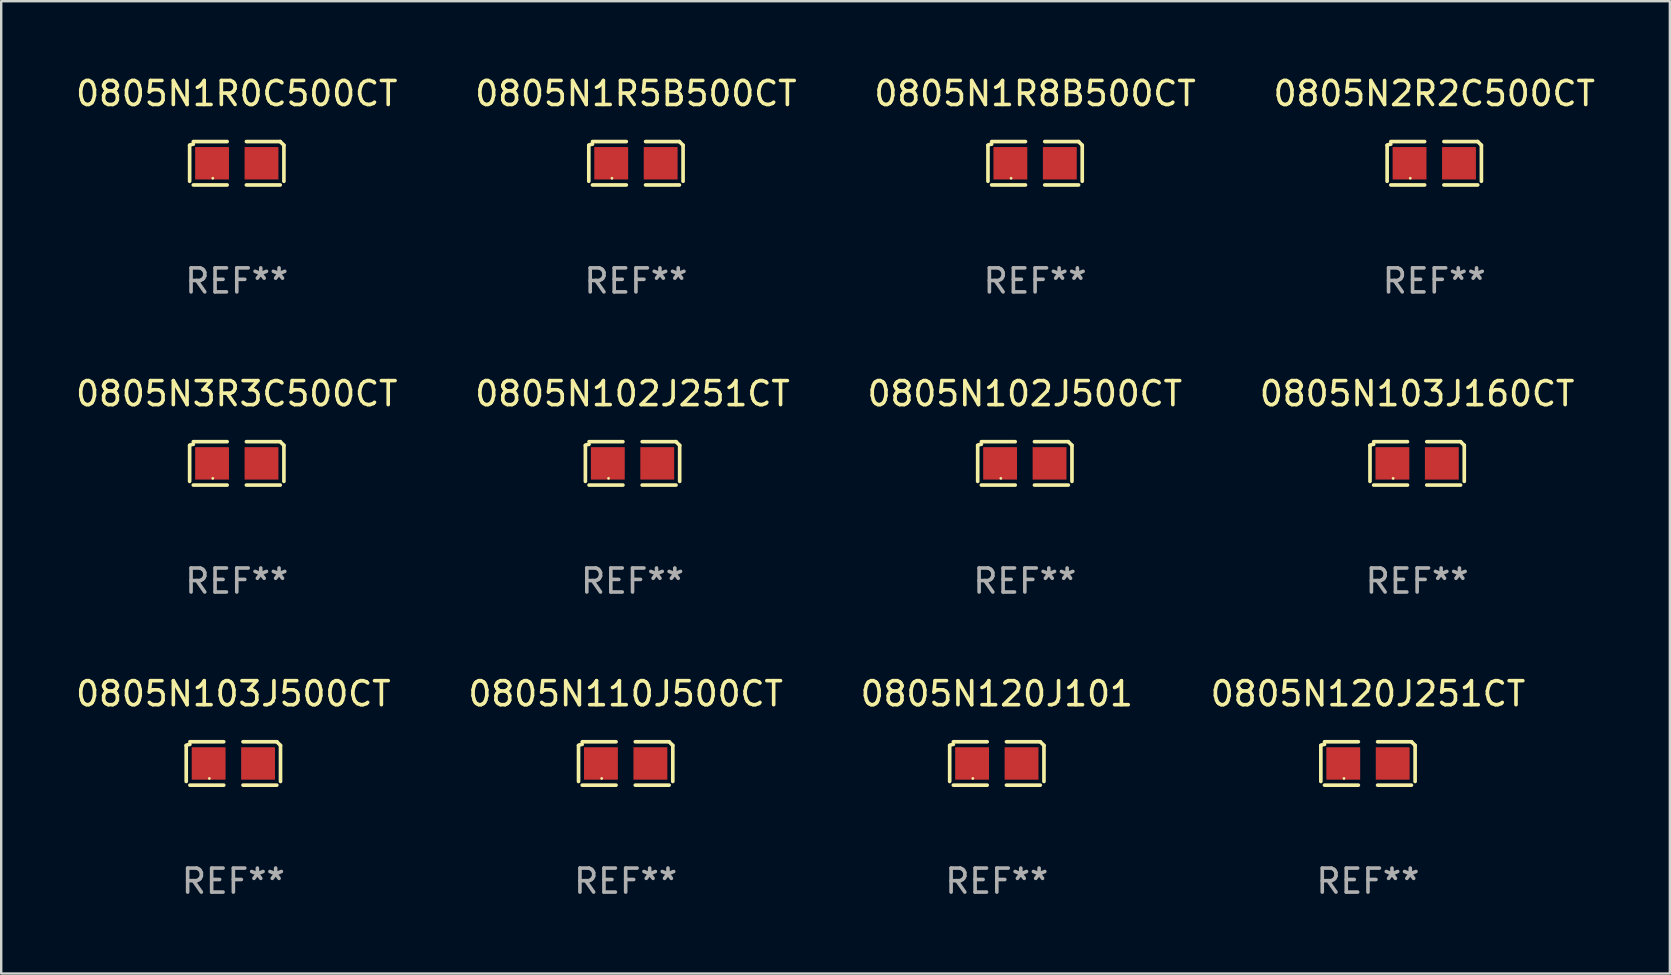
<source format=kicad_pcb>
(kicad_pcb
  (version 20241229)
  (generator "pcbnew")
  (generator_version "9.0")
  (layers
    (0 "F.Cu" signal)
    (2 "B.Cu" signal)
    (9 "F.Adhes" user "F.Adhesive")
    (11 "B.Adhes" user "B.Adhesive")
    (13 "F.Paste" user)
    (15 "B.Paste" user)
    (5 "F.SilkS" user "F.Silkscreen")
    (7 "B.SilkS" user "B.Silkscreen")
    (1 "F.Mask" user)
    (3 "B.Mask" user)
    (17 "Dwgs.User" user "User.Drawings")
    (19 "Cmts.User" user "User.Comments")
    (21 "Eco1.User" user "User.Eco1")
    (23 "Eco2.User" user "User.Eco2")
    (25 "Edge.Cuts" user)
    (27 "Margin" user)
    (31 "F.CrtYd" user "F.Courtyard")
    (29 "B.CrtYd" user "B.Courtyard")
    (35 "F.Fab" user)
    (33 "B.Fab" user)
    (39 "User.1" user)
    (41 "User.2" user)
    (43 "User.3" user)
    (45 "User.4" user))
  (footprint "0805N3R3C500CT"
    (layer "F.Cu")
    (at 6.815 16.256)
    (property "Reference" "0805N3R3C500CT" (at 0 -2.904 0) (layer "F.SilkS") (effects (font (size 1 1) (thickness 0.15))))
    (attr through_hole)
    (fp_line (start -1.964 0.751) (end -1.964 -0.751) (stroke (width 0.152) (type solid)) (layer "F.SilkS"))
    (fp_line (start -1.811 -0.904) (end -0.401 -0.904) (stroke (width 0.152) (type solid)) (layer "F.SilkS"))
    (fp_line (start -0.401 0.904) (end -1.811 0.904) (stroke (width 0.152) (type solid)) (layer "F.SilkS"))
    (fp_line (start 0.401 0.904) (end 1.811 0.904) (stroke (width 0.152) (type solid)) (layer "F.SilkS"))
    (fp_line (start 1.811 -0.904) (end 0.401 -0.904) (stroke (width 0.152) (type solid)) (layer "F.SilkS"))
    (fp_line (start 1.964 0.751) (end 1.964 -0.751) (stroke (width 0.152) (type solid)) (layer "F.SilkS"))
    (fp_arc (start -1.963602 -0.751207) (mid -1.890354 -0.783131) (end -1.811201 -0.794044) (stroke (width 0.1524) (type solid)) (layer "F.SilkS"))
    (fp_arc (start 1.811202 -0.903607) (mid 1.887413 -0.827418) (end 1.963602 -0.751207) (stroke (width 0.1524) (type solid)) (layer "F.SilkS"))
    (fp_circle (center -1 0.625) (end -0.97 0.625) (stroke (width 0.06) (type solid)) (fill no) (layer "F.SilkS"))
    (fp_text user "REF**" (at 0 4.904 0) (layer "F.Fab") (effects (font (size 1 1) (thickness 0.15))))
    (pad "1" smd rect (at -1.03 0) (size 1.41 1.35) (layers "F.Cu" "F.Mask" "F.Paste"))
    (pad "2" smd rect (at 1.03 0) (size 1.41 1.35) (layers "F.Cu" "F.Mask" "F.Paste")))
  (footprint "0805N103J500CT"
    (layer "F.Cu")
    (at 6.673 28.759)
    (property "Reference" "0805N103J500CT" (at 0 -2.904 0) (layer "F.SilkS") (effects (font (size 1 1) (thickness 0.15))))
    (attr through_hole)
    (fp_line (start -1.964 0.751) (end -1.964 -0.751) (stroke (width 0.152) (type solid)) (layer "F.SilkS"))
    (fp_line (start -1.811 -0.904) (end -0.401 -0.904) (stroke (width 0.152) (type solid)) (layer "F.SilkS"))
    (fp_line (start -0.401 0.904) (end -1.811 0.904) (stroke (width 0.152) (type solid)) (layer "F.SilkS"))
    (fp_line (start 0.401 0.904) (end 1.811 0.904) (stroke (width 0.152) (type solid)) (layer "F.SilkS"))
    (fp_line (start 1.811 -0.904) (end 0.401 -0.904) (stroke (width 0.152) (type solid)) (layer "F.SilkS"))
    (fp_line (start 1.964 0.751) (end 1.964 -0.751) (stroke (width 0.152) (type solid)) (layer "F.SilkS"))
    (fp_arc (start -1.963602 -0.751207) (mid -1.890354 -0.783131) (end -1.811201 -0.794044) (stroke (width 0.1524) (type solid)) (layer "F.SilkS"))
    (fp_arc (start 1.811202 -0.903607) (mid 1.887413 -0.827418) (end 1.963602 -0.751207) (stroke (width 0.1524) (type solid)) (layer "F.SilkS"))
    (fp_circle (center -1 0.625) (end -0.97 0.625) (stroke (width 0.06) (type solid)) (fill no) (layer "F.SilkS"))
    (fp_text user "REF**" (at 0 4.904 0) (layer "F.Fab") (effects (font (size 1 1) (thickness 0.15))))
    (pad "1" smd rect (at -1.03 0) (size 1.41 1.35) (layers "F.Cu" "F.Mask" "F.Paste"))
    (pad "2" smd rect (at 1.03 0) (size 1.41 1.35) (layers "F.Cu" "F.Mask" "F.Paste")))
  (footprint "0805N1R8B500CT"
    (layer "F.Cu")
    (at 40.077 3.752)
    (property "Reference" "0805N1R8B500CT" (at 0 -2.904 0) (layer "F.SilkS") (effects (font (size 1 1) (thickness 0.15))))
    (attr through_hole)
    (fp_line (start -1.964 0.751) (end -1.964 -0.751) (stroke (width 0.152) (type solid)) (layer "F.SilkS"))
    (fp_line (start -1.811 -0.904) (end -0.401 -0.904) (stroke (width 0.152) (type solid)) (layer "F.SilkS"))
    (fp_line (start -0.401 0.904) (end -1.811 0.904) (stroke (width 0.152) (type solid)) (layer "F.SilkS"))
    (fp_line (start 0.401 0.904) (end 1.811 0.904) (stroke (width 0.152) (type solid)) (layer "F.SilkS"))
    (fp_line (start 1.811 -0.904) (end 0.401 -0.904) (stroke (width 0.152) (type solid)) (layer "F.SilkS"))
    (fp_line (start 1.964 0.751) (end 1.964 -0.751) (stroke (width 0.152) (type solid)) (layer "F.SilkS"))
    (fp_arc (start -1.963602 -0.751207) (mid -1.890354 -0.783131) (end -1.811201 -0.794044) (stroke (width 0.1524) (type solid)) (layer "F.SilkS"))
    (fp_arc (start 1.811202 -0.903607) (mid 1.887413 -0.827418) (end 1.963602 -0.751207) (stroke (width 0.1524) (type solid)) (layer "F.SilkS"))
    (fp_circle (center -1 0.625) (end -0.97 0.625) (stroke (width 0.06) (type solid)) (fill no) (layer "F.SilkS"))
    (fp_text user "REF**" (at 0 4.904 0) (layer "F.Fab") (effects (font (size 1 1) (thickness 0.15))))
    (pad "1" smd rect (at -1.03 0) (size 1.41 1.35) (layers "F.Cu" "F.Mask" "F.Paste"))
    (pad "2" smd rect (at 1.03 0) (size 1.41 1.35) (layers "F.Cu" "F.Mask" "F.Paste")))
  (footprint "0805N120J251CT"
    (layer "F.Cu")
    (at 53.946 28.759)
    (property "Reference" "0805N120J251CT" (at 0 -2.904 0) (layer "F.SilkS") (effects (font (size 1 1) (thickness 0.15))))
    (attr through_hole)
    (fp_line (start -1.964 0.751) (end -1.964 -0.751) (stroke (width 0.152) (type solid)) (layer "F.SilkS"))
    (fp_line (start -1.811 -0.904) (end -0.401 -0.904) (stroke (width 0.152) (type solid)) (layer "F.SilkS"))
    (fp_line (start -0.401 0.904) (end -1.811 0.904) (stroke (width 0.152) (type solid)) (layer "F.SilkS"))
    (fp_line (start 0.401 0.904) (end 1.811 0.904) (stroke (width 0.152) (type solid)) (layer "F.SilkS"))
    (fp_line (start 1.811 -0.904) (end 0.401 -0.904) (stroke (width 0.152) (type solid)) (layer "F.SilkS"))
    (fp_line (start 1.964 0.751) (end 1.964 -0.751) (stroke (width 0.152) (type solid)) (layer "F.SilkS"))
    (fp_arc (start -1.963602 -0.751207) (mid -1.890354 -0.783131) (end -1.811201 -0.794044) (stroke (width 0.1524) (type solid)) (layer "F.SilkS"))
    (fp_arc (start 1.811202 -0.903607) (mid 1.887413 -0.827418) (end 1.963602 -0.751207) (stroke (width 0.1524) (type solid)) (layer "F.SilkS"))
    (fp_circle (center -1 0.625) (end -0.97 0.625) (stroke (width 0.06) (type solid)) (fill no) (layer "F.SilkS"))
    (fp_text user "REF**" (at 0 4.904 0) (layer "F.Fab") (effects (font (size 1 1) (thickness 0.15))))
    (pad "1" smd rect (at -1.03 0) (size 1.41 1.35) (layers "F.Cu" "F.Mask" "F.Paste"))
    (pad "2" smd rect (at 1.03 0) (size 1.41 1.35) (layers "F.Cu" "F.Mask" "F.Paste")))
  (footprint "0805N102J251CT"
    (layer "F.Cu")
    (at 23.304 16.256)
    (property "Reference" "0805N102J251CT" (at 0 -2.904 0) (layer "F.SilkS") (effects (font (size 1 1) (thickness 0.15))))
    (attr through_hole)
    (fp_line (start -1.964 0.751) (end -1.964 -0.751) (stroke (width 0.152) (type solid)) (layer "F.SilkS"))
    (fp_line (start -1.811 -0.904) (end -0.401 -0.904) (stroke (width 0.152) (type solid)) (layer "F.SilkS"))
    (fp_line (start -0.401 0.904) (end -1.811 0.904) (stroke (width 0.152) (type solid)) (layer "F.SilkS"))
    (fp_line (start 0.401 0.904) (end 1.811 0.904) (stroke (width 0.152) (type solid)) (layer "F.SilkS"))
    (fp_line (start 1.811 -0.904) (end 0.401 -0.904) (stroke (width 0.152) (type solid)) (layer "F.SilkS"))
    (fp_line (start 1.964 0.751) (end 1.964 -0.751) (stroke (width 0.152) (type solid)) (layer "F.SilkS"))
    (fp_arc (start -1.963602 -0.751207) (mid -1.890354 -0.783131) (end -1.811201 -0.794044) (stroke (width 0.1524) (type solid)) (layer "F.SilkS"))
    (fp_arc (start 1.811202 -0.903607) (mid 1.887413 -0.827418) (end 1.963602 -0.751207) (stroke (width 0.1524) (type solid)) (layer "F.SilkS"))
    (fp_circle (center -1 0.625) (end -0.97 0.625) (stroke (width 0.06) (type solid)) (fill no) (layer "F.SilkS"))
    (fp_text user "REF**" (at 0 4.904 0) (layer "F.Fab") (effects (font (size 1 1) (thickness 0.15))))
    (pad "1" smd rect (at -1.03 0) (size 1.41 1.35) (layers "F.Cu" "F.Mask" "F.Paste"))
    (pad "2" smd rect (at 1.03 0) (size 1.41 1.35) (layers "F.Cu" "F.Mask" "F.Paste")))
  (footprint "0805N1R5B500CT"
    (layer "F.Cu")
    (at 23.446 3.752)
    (property "Reference" "0805N1R5B500CT" (at 0 -2.904 0) (layer "F.SilkS") (effects (font (size 1 1) (thickness 0.15))))
    (attr through_hole)
    (fp_line (start -1.964 0.751) (end -1.964 -0.751) (stroke (width 0.152) (type solid)) (layer "F.SilkS"))
    (fp_line (start -1.811 -0.904) (end -0.401 -0.904) (stroke (width 0.152) (type solid)) (layer "F.SilkS"))
    (fp_line (start -0.401 0.904) (end -1.811 0.904) (stroke (width 0.152) (type solid)) (layer "F.SilkS"))
    (fp_line (start 0.401 0.904) (end 1.811 0.904) (stroke (width 0.152) (type solid)) (layer "F.SilkS"))
    (fp_line (start 1.811 -0.904) (end 0.401 -0.904) (stroke (width 0.152) (type solid)) (layer "F.SilkS"))
    (fp_line (start 1.964 0.751) (end 1.964 -0.751) (stroke (width 0.152) (type solid)) (layer "F.SilkS"))
    (fp_arc (start -1.963602 -0.751207) (mid -1.890354 -0.783131) (end -1.811201 -0.794044) (stroke (width 0.1524) (type solid)) (layer "F.SilkS"))
    (fp_arc (start 1.811202 -0.903607) (mid 1.887413 -0.827418) (end 1.963602 -0.751207) (stroke (width 0.1524) (type solid)) (layer "F.SilkS"))
    (fp_circle (center -1 0.625) (end -0.97 0.625) (stroke (width 0.06) (type solid)) (fill no) (layer "F.SilkS"))
    (fp_text user "REF**" (at 0 4.904 0) (layer "F.Fab") (effects (font (size 1 1) (thickness 0.15))))
    (pad "1" smd rect (at -1.03 0) (size 1.41 1.35) (layers "F.Cu" "F.Mask" "F.Paste"))
    (pad "2" smd rect (at 1.03 0) (size 1.41 1.35) (layers "F.Cu" "F.Mask" "F.Paste")))
  (footprint "0805N103J160CT"
    (layer "F.Cu")
    (at 55.994 16.256)
    (property "Reference" "0805N103J160CT" (at 0 -2.904 0) (layer "F.SilkS") (effects (font (size 1 1) (thickness 0.15))))
    (attr through_hole)
    (fp_line (start -1.964 0.751) (end -1.964 -0.751) (stroke (width 0.152) (type solid)) (layer "F.SilkS"))
    (fp_line (start -1.811 -0.904) (end -0.401 -0.904) (stroke (width 0.152) (type solid)) (layer "F.SilkS"))
    (fp_line (start -0.401 0.904) (end -1.811 0.904) (stroke (width 0.152) (type solid)) (layer "F.SilkS"))
    (fp_line (start 0.401 0.904) (end 1.811 0.904) (stroke (width 0.152) (type solid)) (layer "F.SilkS"))
    (fp_line (start 1.811 -0.904) (end 0.401 -0.904) (stroke (width 0.152) (type solid)) (layer "F.SilkS"))
    (fp_line (start 1.964 0.751) (end 1.964 -0.751) (stroke (width 0.152) (type solid)) (layer "F.SilkS"))
    (fp_arc (start -1.963602 -0.751207) (mid -1.890354 -0.783131) (end -1.811201 -0.794044) (stroke (width 0.1524) (type solid)) (layer "F.SilkS"))
    (fp_arc (start 1.811202 -0.903607) (mid 1.887413 -0.827418) (end 1.963602 -0.751207) (stroke (width 0.1524) (type solid)) (layer "F.SilkS"))
    (fp_circle (center -1 0.625) (end -0.97 0.625) (stroke (width 0.06) (type solid)) (fill no) (layer "F.SilkS"))
    (fp_text user "REF**" (at 0 4.904 0) (layer "F.Fab") (effects (font (size 1 1) (thickness 0.15))))
    (pad "1" smd rect (at -1.03 0) (size 1.41 1.35) (layers "F.Cu" "F.Mask" "F.Paste"))
    (pad "2" smd rect (at 1.03 0) (size 1.41 1.35) (layers "F.Cu" "F.Mask" "F.Paste")))
  (footprint "0805N2R2C500CT"
    (layer "F.Cu")
    (at 56.708 3.752)
    (property "Reference" "0805N2R2C500CT" (at 0 -2.904 0) (layer "F.SilkS") (effects (font (size 1 1) (thickness 0.15))))
    (attr through_hole)
    (fp_line (start -1.964 0.751) (end -1.964 -0.751) (stroke (width 0.152) (type solid)) (layer "F.SilkS"))
    (fp_line (start -1.811 -0.904) (end -0.401 -0.904) (stroke (width 0.152) (type solid)) (layer "F.SilkS"))
    (fp_line (start -0.401 0.904) (end -1.811 0.904) (stroke (width 0.152) (type solid)) (layer "F.SilkS"))
    (fp_line (start 0.401 0.904) (end 1.811 0.904) (stroke (width 0.152) (type solid)) (layer "F.SilkS"))
    (fp_line (start 1.811 -0.904) (end 0.401 -0.904) (stroke (width 0.152) (type solid)) (layer "F.SilkS"))
    (fp_line (start 1.964 0.751) (end 1.964 -0.751) (stroke (width 0.152) (type solid)) (layer "F.SilkS"))
    (fp_arc (start -1.963602 -0.751207) (mid -1.890354 -0.783131) (end -1.811201 -0.794044) (stroke (width 0.1524) (type solid)) (layer "F.SilkS"))
    (fp_arc (start 1.811202 -0.903607) (mid 1.887413 -0.827418) (end 1.963602 -0.751207) (stroke (width 0.1524) (type solid)) (layer "F.SilkS"))
    (fp_circle (center -1 0.625) (end -0.97 0.625) (stroke (width 0.06) (type solid)) (fill no) (layer "F.SilkS"))
    (fp_text user "REF**" (at 0 4.904 0) (layer "F.Fab") (effects (font (size 1 1) (thickness 0.15))))
    (pad "1" smd rect (at -1.03 0) (size 1.41 1.35) (layers "F.Cu" "F.Mask" "F.Paste"))
    (pad "2" smd rect (at 1.03 0) (size 1.41 1.35) (layers "F.Cu" "F.Mask" "F.Paste")))
  (footprint "0805N1R0C500CT"
    (layer "F.Cu")
    (at 6.815 3.752)
    (property "Reference" "0805N1R0C500CT" (at 0 -2.904 0) (layer "F.SilkS") (effects (font (size 1 1) (thickness 0.15))))
    (attr through_hole)
    (fp_line (start -1.964 0.751) (end -1.964 -0.751) (stroke (width 0.152) (type solid)) (layer "F.SilkS"))
    (fp_line (start -1.811 -0.904) (end -0.401 -0.904) (stroke (width 0.152) (type solid)) (layer "F.SilkS"))
    (fp_line (start -0.401 0.904) (end -1.811 0.904) (stroke (width 0.152) (type solid)) (layer "F.SilkS"))
    (fp_line (start 0.401 0.904) (end 1.811 0.904) (stroke (width 0.152) (type solid)) (layer "F.SilkS"))
    (fp_line (start 1.811 -0.904) (end 0.401 -0.904) (stroke (width 0.152) (type solid)) (layer "F.SilkS"))
    (fp_line (start 1.964 0.751) (end 1.964 -0.751) (stroke (width 0.152) (type solid)) (layer "F.SilkS"))
    (fp_arc (start -1.963602 -0.751207) (mid -1.890354 -0.783131) (end -1.811201 -0.794044) (stroke (width 0.1524) (type solid)) (layer "F.SilkS"))
    (fp_arc (start 1.811202 -0.903607) (mid 1.887413 -0.827418) (end 1.963602 -0.751207) (stroke (width 0.1524) (type solid)) (layer "F.SilkS"))
    (fp_circle (center -1 0.625) (end -0.97 0.625) (stroke (width 0.06) (type solid)) (fill no) (layer "F.SilkS"))
    (fp_text user "REF**" (at 0 4.904 0) (layer "F.Fab") (effects (font (size 1 1) (thickness 0.15))))
    (pad "1" smd rect (at -1.03 0) (size 1.41 1.35) (layers "F.Cu" "F.Mask" "F.Paste"))
    (pad "2" smd rect (at 1.03 0) (size 1.41 1.35) (layers "F.Cu" "F.Mask" "F.Paste")))
  (footprint "0805N102J500CT"
    (layer "F.Cu")
    (at 39.649 16.256)
    (property "Reference" "0805N102J500CT" (at 0 -2.904 0) (layer "F.SilkS") (effects (font (size 1 1) (thickness 0.15))))
    (attr through_hole)
    (fp_line (start -1.964 0.751) (end -1.964 -0.751) (stroke (width 0.152) (type solid)) (layer "F.SilkS"))
    (fp_line (start -1.811 -0.904) (end -0.401 -0.904) (stroke (width 0.152) (type solid)) (layer "F.SilkS"))
    (fp_line (start -0.401 0.904) (end -1.811 0.904) (stroke (width 0.152) (type solid)) (layer "F.SilkS"))
    (fp_line (start 0.401 0.904) (end 1.811 0.904) (stroke (width 0.152) (type solid)) (layer "F.SilkS"))
    (fp_line (start 1.811 -0.904) (end 0.401 -0.904) (stroke (width 0.152) (type solid)) (layer "F.SilkS"))
    (fp_line (start 1.964 0.751) (end 1.964 -0.751) (stroke (width 0.152) (type solid)) (layer "F.SilkS"))
    (fp_arc (start -1.963602 -0.751207) (mid -1.890354 -0.783131) (end -1.811201 -0.794044) (stroke (width 0.1524) (type solid)) (layer "F.SilkS"))
    (fp_arc (start 1.811202 -0.903607) (mid 1.887413 -0.827418) (end 1.963602 -0.751207) (stroke (width 0.1524) (type solid)) (layer "F.SilkS"))
    (fp_circle (center -1 0.625) (end -0.97 0.625) (stroke (width 0.06) (type solid)) (fill no) (layer "F.SilkS"))
    (fp_text user "REF**" (at 0 4.904 0) (layer "F.Fab") (effects (font (size 1 1) (thickness 0.15))))
    (pad "1" smd rect (at -1.03 0) (size 1.41 1.35) (layers "F.Cu" "F.Mask" "F.Paste"))
    (pad "2" smd rect (at 1.03 0) (size 1.41 1.35) (layers "F.Cu" "F.Mask" "F.Paste")))
  (footprint "0805N120J101"
    (layer "F.Cu")
    (at 38.482 28.759)
    (property "Reference" "0805N120J101" (at 0 -2.904 0) (layer "F.SilkS") (effects (font (size 1 1) (thickness 0.15))))
    (attr through_hole)
    (fp_line (start -1.964 0.751) (end -1.964 -0.751) (stroke (width 0.152) (type solid)) (layer "F.SilkS"))
    (fp_line (start -1.811 -0.904) (end -0.401 -0.904) (stroke (width 0.152) (type solid)) (layer "F.SilkS"))
    (fp_line (start -0.401 0.904) (end -1.811 0.904) (stroke (width 0.152) (type solid)) (layer "F.SilkS"))
    (fp_line (start 0.401 0.904) (end 1.811 0.904) (stroke (width 0.152) (type solid)) (layer "F.SilkS"))
    (fp_line (start 1.811 -0.904) (end 0.401 -0.904) (stroke (width 0.152) (type solid)) (layer "F.SilkS"))
    (fp_line (start 1.964 0.751) (end 1.964 -0.751) (stroke (width 0.152) (type solid)) (layer "F.SilkS"))
    (fp_arc (start -1.963602 -0.751207) (mid -1.890354 -0.783131) (end -1.811201 -0.794044) (stroke (width 0.1524) (type solid)) (layer "F.SilkS"))
    (fp_arc (start 1.811202 -0.903607) (mid 1.887413 -0.827418) (end 1.963602 -0.751207) (stroke (width 0.1524) (type solid)) (layer "F.SilkS"))
    (fp_circle (center -1 0.625) (end -0.97 0.625) (stroke (width 0.06) (type solid)) (fill no) (layer "F.SilkS"))
    (fp_text user "REF**" (at 0 4.904 0) (layer "F.Fab") (effects (font (size 1 1) (thickness 0.15))))
    (pad "1" smd rect (at -1.03 0) (size 1.41 1.35) (layers "F.Cu" "F.Mask" "F.Paste"))
    (pad "2" smd rect (at 1.03 0) (size 1.41 1.35) (layers "F.Cu" "F.Mask" "F.Paste")))
  (footprint "0805N110J500CT"
    (layer "F.Cu")
    (at 23.018 28.759)
    (property "Reference" "0805N110J500CT" (at 0 -2.904 0) (layer "F.SilkS") (effects (font (size 1 1) (thickness 0.15))))
    (attr through_hole)
    (fp_line (start -1.964 0.751) (end -1.964 -0.751) (stroke (width 0.152) (type solid)) (layer "F.SilkS"))
    (fp_line (start -1.811 -0.904) (end -0.401 -0.904) (stroke (width 0.152) (type solid)) (layer "F.SilkS"))
    (fp_line (start -0.401 0.904) (end -1.811 0.904) (stroke (width 0.152) (type solid)) (layer "F.SilkS"))
    (fp_line (start 0.401 0.904) (end 1.811 0.904) (stroke (width 0.152) (type solid)) (layer "F.SilkS"))
    (fp_line (start 1.811 -0.904) (end 0.401 -0.904) (stroke (width 0.152) (type solid)) (layer "F.SilkS"))
    (fp_line (start 1.964 0.751) (end 1.964 -0.751) (stroke (width 0.152) (type solid)) (layer "F.SilkS"))
    (fp_arc (start -1.963602 -0.751207) (mid -1.890354 -0.783131) (end -1.811201 -0.794044) (stroke (width 0.1524) (type solid)) (layer "F.SilkS"))
    (fp_arc (start 1.811202 -0.903607) (mid 1.887413 -0.827418) (end 1.963602 -0.751207) (stroke (width 0.1524) (type solid)) (layer "F.SilkS"))
    (fp_circle (center -1 0.625) (end -0.97 0.625) (stroke (width 0.06) (type solid)) (fill no) (layer "F.SilkS"))
    (fp_text user "REF**" (at 0 4.904 0) (layer "F.Fab") (effects (font (size 1 1) (thickness 0.15))))
    (pad "1" smd rect (at -1.03 0) (size 1.41 1.35) (layers "F.Cu" "F.Mask" "F.Paste"))
    (pad "2" smd rect (at 1.03 0) (size 1.41 1.35) (layers "F.Cu" "F.Mask" "F.Paste")))
  (gr_rect
    (start -3 -3)
    (end 66.524 37.511)
    (stroke (width 0.1) (type default))
    (fill no)
    (layer "Edge.Cuts")))
</source>
